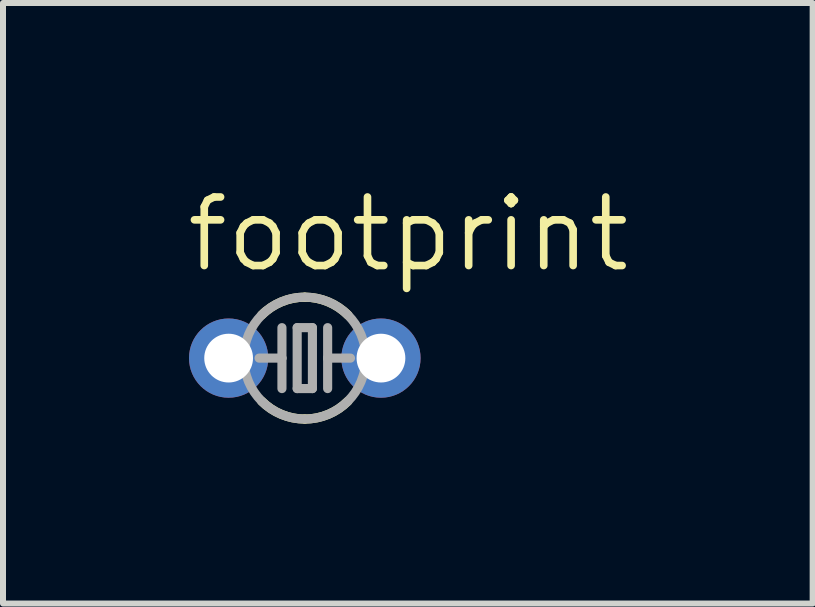
<source format=kicad_pcb>
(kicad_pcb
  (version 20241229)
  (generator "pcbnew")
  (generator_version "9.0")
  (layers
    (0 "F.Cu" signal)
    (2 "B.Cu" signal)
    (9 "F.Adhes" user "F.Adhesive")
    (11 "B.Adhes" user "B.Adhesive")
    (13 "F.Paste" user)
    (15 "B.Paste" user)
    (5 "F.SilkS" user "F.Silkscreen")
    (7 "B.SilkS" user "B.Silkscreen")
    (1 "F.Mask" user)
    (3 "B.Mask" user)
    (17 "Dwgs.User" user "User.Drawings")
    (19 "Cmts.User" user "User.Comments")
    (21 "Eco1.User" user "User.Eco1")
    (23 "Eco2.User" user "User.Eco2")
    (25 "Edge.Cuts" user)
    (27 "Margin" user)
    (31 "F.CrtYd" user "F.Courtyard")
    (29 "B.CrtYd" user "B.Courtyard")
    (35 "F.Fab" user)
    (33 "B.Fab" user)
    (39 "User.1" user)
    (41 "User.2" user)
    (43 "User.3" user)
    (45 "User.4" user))
  (footprint "footprint"
    (layer "F.Cu")
    (at 2.032 2.921)
    (property "Reference" "footprint" (at -2.032 -1.397 0) (layer "F.SilkS") (effects (font (size 1.143 1.143) (thickness 0.127)) (justify left bottom)))
    (fp_arc (start -0.7184 -0.7184) (mid -0.388798 -0.938648) (end 0 -1.015999) (stroke (width 0.1524) (type solid)) (layer "F.SilkS"))
    (fp_arc (start 0 -1.016) (mid 0.388798 -0.938649) (end 0.7184 -0.718401) (stroke (width 0.1524) (type solid)) (layer "F.SilkS"))
    (fp_arc (start 0 1.015999) (mid -0.388798 0.938648) (end -0.7184 0.7184) (stroke (width 0.1524) (type solid)) (layer "F.SilkS"))
    (fp_arc (start 0.7184 0.718401) (mid 0.388798 0.938649) (end 0 1.016) (stroke (width 0.1524) (type solid)) (layer "F.SilkS"))
    (fp_line (start -0.381 0) (end -0.762 0) (stroke (width 0.152) (type solid)) (layer "F.Fab"))
    (fp_line (start -0.381 0) (end -0.381 -0.508) (stroke (width 0.152) (type solid)) (layer "F.Fab"))
    (fp_line (start -0.381 0.508) (end -0.381 0) (stroke (width 0.152) (type solid)) (layer "F.Fab"))
    (fp_line (start -0.127 0.508) (end -0.127 -0.508) (stroke (width 0.152) (type solid)) (layer "F.Fab"))
    (fp_line (start -0.127 0.508) (end 0.127 0.508) (stroke (width 0.152) (type solid)) (layer "F.Fab"))
    (fp_line (start 0.127 -0.508) (end -0.127 -0.508) (stroke (width 0.152) (type solid)) (layer "F.Fab"))
    (fp_line (start 0.127 -0.508) (end 0.127 0.508) (stroke (width 0.152) (type solid)) (layer "F.Fab"))
    (fp_line (start 0.381 0) (end 0.381 -0.508) (stroke (width 0.152) (type solid)) (layer "F.Fab"))
    (fp_line (start 0.381 0) (end 0.762 0) (stroke (width 0.152) (type solid)) (layer "F.Fab"))
    (fp_line (start 0.381 0.508) (end 0.381 0) (stroke (width 0.152) (type solid)) (layer "F.Fab"))
    (fp_circle (center 0 0) (end 1.016 0) (stroke (width 0.152) (type solid)) (fill no) (layer "F.Fab"))
    (pad "1" thru_hole circle (at -1.27 0) (size 1.321 1.321) (drill 0.813) (layers "*.Cu" "*.Mask"))
    (pad "2" thru_hole circle (at 1.27 0) (size 1.321 1.321) (drill 0.813) (layers "*.Cu" "*.Mask")))
  (gr_rect
    (start -3 -3)
    (end 10.5 7.013)
    (stroke (width 0.1) (type default))
    (fill no)
    (layer "Edge.Cuts")))
</source>
